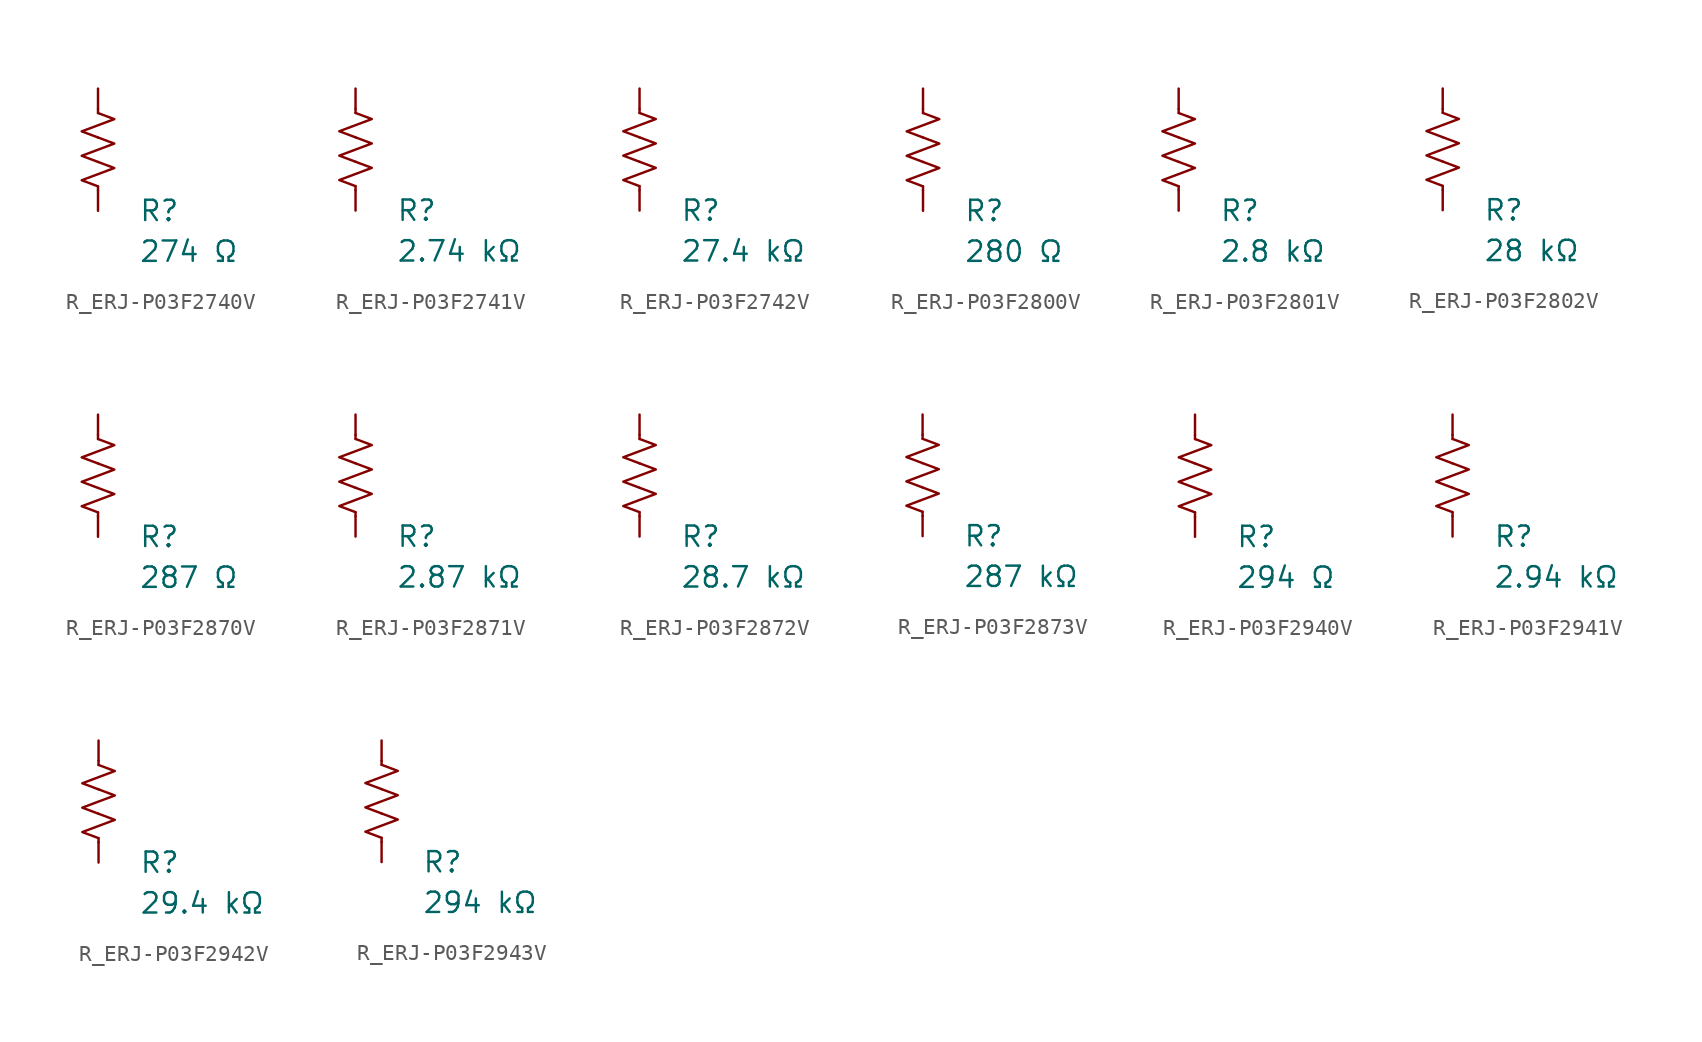
<source format=kicad_sym>
(kicad_symbol_lib
  (version 20231120)
  (generator "kicad_symbol_editor")
  (generator_version "8.0")
  (symbol "R_ERJ-P03F2740V"
    (pin_numbers hide)
    (pin_names
      (offset 0))
    (property "Reference" "R"
      (at 2.54 -3.81 0)
      (effects (font (size 1.27 1.27)) (justify left))
      (show_name no))
    (property "Value" "274 Ω"
      (at 2.54 -6.35 0)
      (effects (font (size 1.27 1.27)) (justify left))
      (show_name no))
    (symbol "R_ERJ-P03F2740V_0_1"
      (polyline (pts (xy 0 -2.286) (xy 0 -2.54)) (stroke (width 0) (type default)) (fill (type none)))
      (polyline (pts (xy 0 2.286) (xy 0 2.54)) (stroke (width 0) (type default)) (fill (type none)))
      (polyline (pts (xy 0 -0.762) (xy 1.016 -1.143) (xy 0 -1.524) (xy -1.016 -1.905) (xy 0 -2.286)) (stroke (width 0) (type default)) (fill (type none)))
      (polyline (pts (xy 0 0.762) (xy 1.016 0.381) (xy 0 0) (xy -1.016 -0.381) (xy 0 -0.762)) (stroke (width 0) (type default)) (fill (type none)))
      (polyline (pts (xy 0 2.286) (xy 1.016 1.905) (xy 0 1.524) (xy -1.016 1.143) (xy 0 0.762)) (stroke (width 0) (type default)) (fill (type none))))
    (symbol "R_ERJ-P03F2740V_1_1"
      (pin passive line (at 0 3.81 270) (length 1.27) (name "~" (effects (font (size 1.27 1.27)))) (number "1" (effects (font (size 1.27 1.27)))))
      (pin passive line (at 0 -3.81 90) (length 1.27) (name "~" (effects (font (size 1.27 1.27)))) (number "2" (effects (font (size 1.27 1.27)))))))
  (symbol "R_ERJ-P03F2741V"
    (pin_numbers hide)
    (pin_names
      (offset 0))
    (property "Reference" "R"
      (at 2.54 -3.81 0)
      (effects (font (size 1.27 1.27)) (justify left))
      (show_name no))
    (property "Value" "2.74 kΩ"
      (at 2.54 -6.35 0)
      (effects (font (size 1.27 1.27)) (justify left))
      (show_name no))
    (symbol "R_ERJ-P03F2741V_0_1"
      (polyline (pts (xy 0 -2.286) (xy 0 -2.54)) (stroke (width 0) (type default)) (fill (type none)))
      (polyline (pts (xy 0 2.286) (xy 0 2.54)) (stroke (width 0) (type default)) (fill (type none)))
      (polyline (pts (xy 0 -0.762) (xy 1.016 -1.143) (xy 0 -1.524) (xy -1.016 -1.905) (xy 0 -2.286)) (stroke (width 0) (type default)) (fill (type none)))
      (polyline (pts (xy 0 0.762) (xy 1.016 0.381) (xy 0 0) (xy -1.016 -0.381) (xy 0 -0.762)) (stroke (width 0) (type default)) (fill (type none)))
      (polyline (pts (xy 0 2.286) (xy 1.016 1.905) (xy 0 1.524) (xy -1.016 1.143) (xy 0 0.762)) (stroke (width 0) (type default)) (fill (type none))))
    (symbol "R_ERJ-P03F2741V_1_1"
      (pin passive line (at 0 3.81 270) (length 1.27) (name "~" (effects (font (size 1.27 1.27)))) (number "1" (effects (font (size 1.27 1.27)))))
      (pin passive line (at 0 -3.81 90) (length 1.27) (name "~" (effects (font (size 1.27 1.27)))) (number "2" (effects (font (size 1.27 1.27)))))))
  (symbol "R_ERJ-P03F2742V"
    (pin_numbers hide)
    (pin_names
      (offset 0))
    (property "Reference" "R"
      (at 2.54 -3.81 0)
      (effects (font (size 1.27 1.27)) (justify left))
      (show_name no))
    (property "Value" "27.4 kΩ"
      (at 2.54 -6.35 0)
      (effects (font (size 1.27 1.27)) (justify left))
      (show_name no))
    (symbol "R_ERJ-P03F2742V_0_1"
      (polyline (pts (xy 0 -2.286) (xy 0 -2.54)) (stroke (width 0) (type default)) (fill (type none)))
      (polyline (pts (xy 0 2.286) (xy 0 2.54)) (stroke (width 0) (type default)) (fill (type none)))
      (polyline (pts (xy 0 -0.762) (xy 1.016 -1.143) (xy 0 -1.524) (xy -1.016 -1.905) (xy 0 -2.286)) (stroke (width 0) (type default)) (fill (type none)))
      (polyline (pts (xy 0 0.762) (xy 1.016 0.381) (xy 0 0) (xy -1.016 -0.381) (xy 0 -0.762)) (stroke (width 0) (type default)) (fill (type none)))
      (polyline (pts (xy 0 2.286) (xy 1.016 1.905) (xy 0 1.524) (xy -1.016 1.143) (xy 0 0.762)) (stroke (width 0) (type default)) (fill (type none))))
    (symbol "R_ERJ-P03F2742V_1_1"
      (pin passive line (at 0 3.81 270) (length 1.27) (name "~" (effects (font (size 1.27 1.27)))) (number "1" (effects (font (size 1.27 1.27)))))
      (pin passive line (at 0 -3.81 90) (length 1.27) (name "~" (effects (font (size 1.27 1.27)))) (number "2" (effects (font (size 1.27 1.27)))))))
  (symbol "R_ERJ-P03F2800V"
    (pin_numbers hide)
    (pin_names
      (offset 0))
    (property "Reference" "R"
      (at 2.54 -3.81 0)
      (effects (font (size 1.27 1.27)) (justify left))
      (show_name no))
    (property "Value" "280 Ω"
      (at 2.54 -6.35 0)
      (effects (font (size 1.27 1.27)) (justify left))
      (show_name no))
    (symbol "R_ERJ-P03F2800V_0_1"
      (polyline (pts (xy 0 -2.286) (xy 0 -2.54)) (stroke (width 0) (type default)) (fill (type none)))
      (polyline (pts (xy 0 2.286) (xy 0 2.54)) (stroke (width 0) (type default)) (fill (type none)))
      (polyline (pts (xy 0 -0.762) (xy 1.016 -1.143) (xy 0 -1.524) (xy -1.016 -1.905) (xy 0 -2.286)) (stroke (width 0) (type default)) (fill (type none)))
      (polyline (pts (xy 0 0.762) (xy 1.016 0.381) (xy 0 0) (xy -1.016 -0.381) (xy 0 -0.762)) (stroke (width 0) (type default)) (fill (type none)))
      (polyline (pts (xy 0 2.286) (xy 1.016 1.905) (xy 0 1.524) (xy -1.016 1.143) (xy 0 0.762)) (stroke (width 0) (type default)) (fill (type none))))
    (symbol "R_ERJ-P03F2800V_1_1"
      (pin passive line (at 0 3.81 270) (length 1.27) (name "~" (effects (font (size 1.27 1.27)))) (number "1" (effects (font (size 1.27 1.27)))))
      (pin passive line (at 0 -3.81 90) (length 1.27) (name "~" (effects (font (size 1.27 1.27)))) (number "2" (effects (font (size 1.27 1.27)))))))
  (symbol "R_ERJ-P03F2801V"
    (pin_numbers hide)
    (pin_names
      (offset 0))
    (property "Reference" "R"
      (at 2.54 -3.81 0)
      (effects (font (size 1.27 1.27)) (justify left))
      (show_name no))
    (property "Value" "2.8 kΩ"
      (at 2.54 -6.35 0)
      (effects (font (size 1.27 1.27)) (justify left))
      (show_name no))
    (symbol "R_ERJ-P03F2801V_0_1"
      (polyline (pts (xy 0 -2.286) (xy 0 -2.54)) (stroke (width 0) (type default)) (fill (type none)))
      (polyline (pts (xy 0 2.286) (xy 0 2.54)) (stroke (width 0) (type default)) (fill (type none)))
      (polyline (pts (xy 0 -0.762) (xy 1.016 -1.143) (xy 0 -1.524) (xy -1.016 -1.905) (xy 0 -2.286)) (stroke (width 0) (type default)) (fill (type none)))
      (polyline (pts (xy 0 0.762) (xy 1.016 0.381) (xy 0 0) (xy -1.016 -0.381) (xy 0 -0.762)) (stroke (width 0) (type default)) (fill (type none)))
      (polyline (pts (xy 0 2.286) (xy 1.016 1.905) (xy 0 1.524) (xy -1.016 1.143) (xy 0 0.762)) (stroke (width 0) (type default)) (fill (type none))))
    (symbol "R_ERJ-P03F2801V_1_1"
      (pin passive line (at 0 3.81 270) (length 1.27) (name "~" (effects (font (size 1.27 1.27)))) (number "1" (effects (font (size 1.27 1.27)))))
      (pin passive line (at 0 -3.81 90) (length 1.27) (name "~" (effects (font (size 1.27 1.27)))) (number "2" (effects (font (size 1.27 1.27)))))))
  (symbol "R_ERJ-P03F2802V"
    (pin_numbers hide)
    (pin_names
      (offset 0))
    (property "Reference" "R"
      (at 2.54 -3.81 0)
      (effects (font (size 1.27 1.27)) (justify left))
      (show_name no))
    (property "Value" "28 kΩ"
      (at 2.54 -6.35 0)
      (effects (font (size 1.27 1.27)) (justify left))
      (show_name no))
    (symbol "R_ERJ-P03F2802V_0_1"
      (polyline (pts (xy 0 -2.286) (xy 0 -2.54)) (stroke (width 0) (type default)) (fill (type none)))
      (polyline (pts (xy 0 2.286) (xy 0 2.54)) (stroke (width 0) (type default)) (fill (type none)))
      (polyline (pts (xy 0 -0.762) (xy 1.016 -1.143) (xy 0 -1.524) (xy -1.016 -1.905) (xy 0 -2.286)) (stroke (width 0) (type default)) (fill (type none)))
      (polyline (pts (xy 0 0.762) (xy 1.016 0.381) (xy 0 0) (xy -1.016 -0.381) (xy 0 -0.762)) (stroke (width 0) (type default)) (fill (type none)))
      (polyline (pts (xy 0 2.286) (xy 1.016 1.905) (xy 0 1.524) (xy -1.016 1.143) (xy 0 0.762)) (stroke (width 0) (type default)) (fill (type none))))
    (symbol "R_ERJ-P03F2802V_1_1"
      (pin passive line (at 0 3.81 270) (length 1.27) (name "~" (effects (font (size 1.27 1.27)))) (number "1" (effects (font (size 1.27 1.27)))))
      (pin passive line (at 0 -3.81 90) (length 1.27) (name "~" (effects (font (size 1.27 1.27)))) (number "2" (effects (font (size 1.27 1.27)))))))
  (symbol "R_ERJ-P03F2870V"
    (pin_numbers hide)
    (pin_names
      (offset 0))
    (property "Reference" "R"
      (at 2.54 -3.81 0)
      (effects (font (size 1.27 1.27)) (justify left))
      (show_name no))
    (property "Value" "287 Ω"
      (at 2.54 -6.35 0)
      (effects (font (size 1.27 1.27)) (justify left))
      (show_name no))
    (symbol "R_ERJ-P03F2870V_0_1"
      (polyline (pts (xy 0 -2.286) (xy 0 -2.54)) (stroke (width 0) (type default)) (fill (type none)))
      (polyline (pts (xy 0 2.286) (xy 0 2.54)) (stroke (width 0) (type default)) (fill (type none)))
      (polyline (pts (xy 0 -0.762) (xy 1.016 -1.143) (xy 0 -1.524) (xy -1.016 -1.905) (xy 0 -2.286)) (stroke (width 0) (type default)) (fill (type none)))
      (polyline (pts (xy 0 0.762) (xy 1.016 0.381) (xy 0 0) (xy -1.016 -0.381) (xy 0 -0.762)) (stroke (width 0) (type default)) (fill (type none)))
      (polyline (pts (xy 0 2.286) (xy 1.016 1.905) (xy 0 1.524) (xy -1.016 1.143) (xy 0 0.762)) (stroke (width 0) (type default)) (fill (type none))))
    (symbol "R_ERJ-P03F2870V_1_1"
      (pin passive line (at 0 3.81 270) (length 1.27) (name "~" (effects (font (size 1.27 1.27)))) (number "1" (effects (font (size 1.27 1.27)))))
      (pin passive line (at 0 -3.81 90) (length 1.27) (name "~" (effects (font (size 1.27 1.27)))) (number "2" (effects (font (size 1.27 1.27)))))))
  (symbol "R_ERJ-P03F2871V"
    (pin_numbers hide)
    (pin_names
      (offset 0))
    (property "Reference" "R"
      (at 2.54 -3.81 0)
      (effects (font (size 1.27 1.27)) (justify left))
      (show_name no))
    (property "Value" "2.87 kΩ"
      (at 2.54 -6.35 0)
      (effects (font (size 1.27 1.27)) (justify left))
      (show_name no))
    (symbol "R_ERJ-P03F2871V_0_1"
      (polyline (pts (xy 0 -2.286) (xy 0 -2.54)) (stroke (width 0) (type default)) (fill (type none)))
      (polyline (pts (xy 0 2.286) (xy 0 2.54)) (stroke (width 0) (type default)) (fill (type none)))
      (polyline (pts (xy 0 -0.762) (xy 1.016 -1.143) (xy 0 -1.524) (xy -1.016 -1.905) (xy 0 -2.286)) (stroke (width 0) (type default)) (fill (type none)))
      (polyline (pts (xy 0 0.762) (xy 1.016 0.381) (xy 0 0) (xy -1.016 -0.381) (xy 0 -0.762)) (stroke (width 0) (type default)) (fill (type none)))
      (polyline (pts (xy 0 2.286) (xy 1.016 1.905) (xy 0 1.524) (xy -1.016 1.143) (xy 0 0.762)) (stroke (width 0) (type default)) (fill (type none))))
    (symbol "R_ERJ-P03F2871V_1_1"
      (pin passive line (at 0 3.81 270) (length 1.27) (name "~" (effects (font (size 1.27 1.27)))) (number "1" (effects (font (size 1.27 1.27)))))
      (pin passive line (at 0 -3.81 90) (length 1.27) (name "~" (effects (font (size 1.27 1.27)))) (number "2" (effects (font (size 1.27 1.27)))))))
  (symbol "R_ERJ-P03F2872V"
    (pin_numbers hide)
    (pin_names
      (offset 0))
    (property "Reference" "R"
      (at 2.54 -3.81 0)
      (effects (font (size 1.27 1.27)) (justify left))
      (show_name no))
    (property "Value" "28.7 kΩ"
      (at 2.54 -6.35 0)
      (effects (font (size 1.27 1.27)) (justify left))
      (show_name no))
    (symbol "R_ERJ-P03F2872V_0_1"
      (polyline (pts (xy 0 -2.286) (xy 0 -2.54)) (stroke (width 0) (type default)) (fill (type none)))
      (polyline (pts (xy 0 2.286) (xy 0 2.54)) (stroke (width 0) (type default)) (fill (type none)))
      (polyline (pts (xy 0 -0.762) (xy 1.016 -1.143) (xy 0 -1.524) (xy -1.016 -1.905) (xy 0 -2.286)) (stroke (width 0) (type default)) (fill (type none)))
      (polyline (pts (xy 0 0.762) (xy 1.016 0.381) (xy 0 0) (xy -1.016 -0.381) (xy 0 -0.762)) (stroke (width 0) (type default)) (fill (type none)))
      (polyline (pts (xy 0 2.286) (xy 1.016 1.905) (xy 0 1.524) (xy -1.016 1.143) (xy 0 0.762)) (stroke (width 0) (type default)) (fill (type none))))
    (symbol "R_ERJ-P03F2872V_1_1"
      (pin passive line (at 0 3.81 270) (length 1.27) (name "~" (effects (font (size 1.27 1.27)))) (number "1" (effects (font (size 1.27 1.27)))))
      (pin passive line (at 0 -3.81 90) (length 1.27) (name "~" (effects (font (size 1.27 1.27)))) (number "2" (effects (font (size 1.27 1.27)))))))
  (symbol "R_ERJ-P03F2873V"
    (pin_numbers hide)
    (pin_names
      (offset 0))
    (property "Reference" "R"
      (at 2.54 -3.81 0)
      (effects (font (size 1.27 1.27)) (justify left))
      (show_name no))
    (property "Value" "287 kΩ"
      (at 2.54 -6.35 0)
      (effects (font (size 1.27 1.27)) (justify left))
      (show_name no))
    (symbol "R_ERJ-P03F2873V_0_1"
      (polyline (pts (xy 0 -2.286) (xy 0 -2.54)) (stroke (width 0) (type default)) (fill (type none)))
      (polyline (pts (xy 0 2.286) (xy 0 2.54)) (stroke (width 0) (type default)) (fill (type none)))
      (polyline (pts (xy 0 -0.762) (xy 1.016 -1.143) (xy 0 -1.524) (xy -1.016 -1.905) (xy 0 -2.286)) (stroke (width 0) (type default)) (fill (type none)))
      (polyline (pts (xy 0 0.762) (xy 1.016 0.381) (xy 0 0) (xy -1.016 -0.381) (xy 0 -0.762)) (stroke (width 0) (type default)) (fill (type none)))
      (polyline (pts (xy 0 2.286) (xy 1.016 1.905) (xy 0 1.524) (xy -1.016 1.143) (xy 0 0.762)) (stroke (width 0) (type default)) (fill (type none))))
    (symbol "R_ERJ-P03F2873V_1_1"
      (pin passive line (at 0 3.81 270) (length 1.27) (name "~" (effects (font (size 1.27 1.27)))) (number "1" (effects (font (size 1.27 1.27)))))
      (pin passive line (at 0 -3.81 90) (length 1.27) (name "~" (effects (font (size 1.27 1.27)))) (number "2" (effects (font (size 1.27 1.27)))))))
  (symbol "R_ERJ-P03F2940V"
    (pin_numbers hide)
    (pin_names
      (offset 0))
    (property "Reference" "R"
      (at 2.54 -3.81 0)
      (effects (font (size 1.27 1.27)) (justify left))
      (show_name no))
    (property "Value" "294 Ω"
      (at 2.54 -6.35 0)
      (effects (font (size 1.27 1.27)) (justify left))
      (show_name no))
    (symbol "R_ERJ-P03F2940V_0_1"
      (polyline (pts (xy 0 -2.286) (xy 0 -2.54)) (stroke (width 0) (type default)) (fill (type none)))
      (polyline (pts (xy 0 2.286) (xy 0 2.54)) (stroke (width 0) (type default)) (fill (type none)))
      (polyline (pts (xy 0 -0.762) (xy 1.016 -1.143) (xy 0 -1.524) (xy -1.016 -1.905) (xy 0 -2.286)) (stroke (width 0) (type default)) (fill (type none)))
      (polyline (pts (xy 0 0.762) (xy 1.016 0.381) (xy 0 0) (xy -1.016 -0.381) (xy 0 -0.762)) (stroke (width 0) (type default)) (fill (type none)))
      (polyline (pts (xy 0 2.286) (xy 1.016 1.905) (xy 0 1.524) (xy -1.016 1.143) (xy 0 0.762)) (stroke (width 0) (type default)) (fill (type none))))
    (symbol "R_ERJ-P03F2940V_1_1"
      (pin passive line (at 0 3.81 270) (length 1.27) (name "~" (effects (font (size 1.27 1.27)))) (number "1" (effects (font (size 1.27 1.27)))))
      (pin passive line (at 0 -3.81 90) (length 1.27) (name "~" (effects (font (size 1.27 1.27)))) (number "2" (effects (font (size 1.27 1.27)))))))
  (symbol "R_ERJ-P03F2941V"
    (pin_numbers hide)
    (pin_names
      (offset 0))
    (property "Reference" "R"
      (at 2.54 -3.81 0)
      (effects (font (size 1.27 1.27)) (justify left))
      (show_name no))
    (property "Value" "2.94 kΩ"
      (at 2.54 -6.35 0)
      (effects (font (size 1.27 1.27)) (justify left))
      (show_name no))
    (symbol "R_ERJ-P03F2941V_0_1"
      (polyline (pts (xy 0 -2.286) (xy 0 -2.54)) (stroke (width 0) (type default)) (fill (type none)))
      (polyline (pts (xy 0 2.286) (xy 0 2.54)) (stroke (width 0) (type default)) (fill (type none)))
      (polyline (pts (xy 0 -0.762) (xy 1.016 -1.143) (xy 0 -1.524) (xy -1.016 -1.905) (xy 0 -2.286)) (stroke (width 0) (type default)) (fill (type none)))
      (polyline (pts (xy 0 0.762) (xy 1.016 0.381) (xy 0 0) (xy -1.016 -0.381) (xy 0 -0.762)) (stroke (width 0) (type default)) (fill (type none)))
      (polyline (pts (xy 0 2.286) (xy 1.016 1.905) (xy 0 1.524) (xy -1.016 1.143) (xy 0 0.762)) (stroke (width 0) (type default)) (fill (type none))))
    (symbol "R_ERJ-P03F2941V_1_1"
      (pin passive line (at 0 3.81 270) (length 1.27) (name "~" (effects (font (size 1.27 1.27)))) (number "1" (effects (font (size 1.27 1.27)))))
      (pin passive line (at 0 -3.81 90) (length 1.27) (name "~" (effects (font (size 1.27 1.27)))) (number "2" (effects (font (size 1.27 1.27)))))))
  (symbol "R_ERJ-P03F2942V"
    (pin_numbers hide)
    (pin_names
      (offset 0))
    (property "Reference" "R"
      (at 2.54 -3.81 0)
      (effects (font (size 1.27 1.27)) (justify left))
      (show_name no))
    (property "Value" "29.4 kΩ"
      (at 2.54 -6.35 0)
      (effects (font (size 1.27 1.27)) (justify left))
      (show_name no))
    (symbol "R_ERJ-P03F2942V_0_1"
      (polyline (pts (xy 0 -2.286) (xy 0 -2.54)) (stroke (width 0) (type default)) (fill (type none)))
      (polyline (pts (xy 0 2.286) (xy 0 2.54)) (stroke (width 0) (type default)) (fill (type none)))
      (polyline (pts (xy 0 -0.762) (xy 1.016 -1.143) (xy 0 -1.524) (xy -1.016 -1.905) (xy 0 -2.286)) (stroke (width 0) (type default)) (fill (type none)))
      (polyline (pts (xy 0 0.762) (xy 1.016 0.381) (xy 0 0) (xy -1.016 -0.381) (xy 0 -0.762)) (stroke (width 0) (type default)) (fill (type none)))
      (polyline (pts (xy 0 2.286) (xy 1.016 1.905) (xy 0 1.524) (xy -1.016 1.143) (xy 0 0.762)) (stroke (width 0) (type default)) (fill (type none))))
    (symbol "R_ERJ-P03F2942V_1_1"
      (pin passive line (at 0 3.81 270) (length 1.27) (name "~" (effects (font (size 1.27 1.27)))) (number "1" (effects (font (size 1.27 1.27)))))
      (pin passive line (at 0 -3.81 90) (length 1.27) (name "~" (effects (font (size 1.27 1.27)))) (number "2" (effects (font (size 1.27 1.27)))))))
  (symbol "R_ERJ-P03F2943V"
    (pin_numbers hide)
    (pin_names
      (offset 0))
    (property "Reference" "R"
      (at 2.54 -3.81 0)
      (effects (font (size 1.27 1.27)) (justify left))
      (show_name no))
    (property "Value" "294 kΩ"
      (at 2.54 -6.35 0)
      (effects (font (size 1.27 1.27)) (justify left))
      (show_name no))
    (symbol "R_ERJ-P03F2943V_0_1"
      (polyline (pts (xy 0 -2.286) (xy 0 -2.54)) (stroke (width 0) (type default)) (fill (type none)))
      (polyline (pts (xy 0 2.286) (xy 0 2.54)) (stroke (width 0) (type default)) (fill (type none)))
      (polyline (pts (xy 0 -0.762) (xy 1.016 -1.143) (xy 0 -1.524) (xy -1.016 -1.905) (xy 0 -2.286)) (stroke (width 0) (type default)) (fill (type none)))
      (polyline (pts (xy 0 0.762) (xy 1.016 0.381) (xy 0 0) (xy -1.016 -0.381) (xy 0 -0.762)) (stroke (width 0) (type default)) (fill (type none)))
      (polyline (pts (xy 0 2.286) (xy 1.016 1.905) (xy 0 1.524) (xy -1.016 1.143) (xy 0 0.762)) (stroke (width 0) (type default)) (fill (type none))))
    (symbol "R_ERJ-P03F2943V_1_1"
      (pin passive line (at 0 3.81 270) (length 1.27) (name "~" (effects (font (size 1.27 1.27)))) (number "1" (effects (font (size 1.27 1.27)))))
      (pin passive line (at 0 -3.81 90) (length 1.27) (name "~" (effects (font (size 1.27 1.27)))) (number "2" (effects (font (size 1.27 1.27))))))))
</source>
